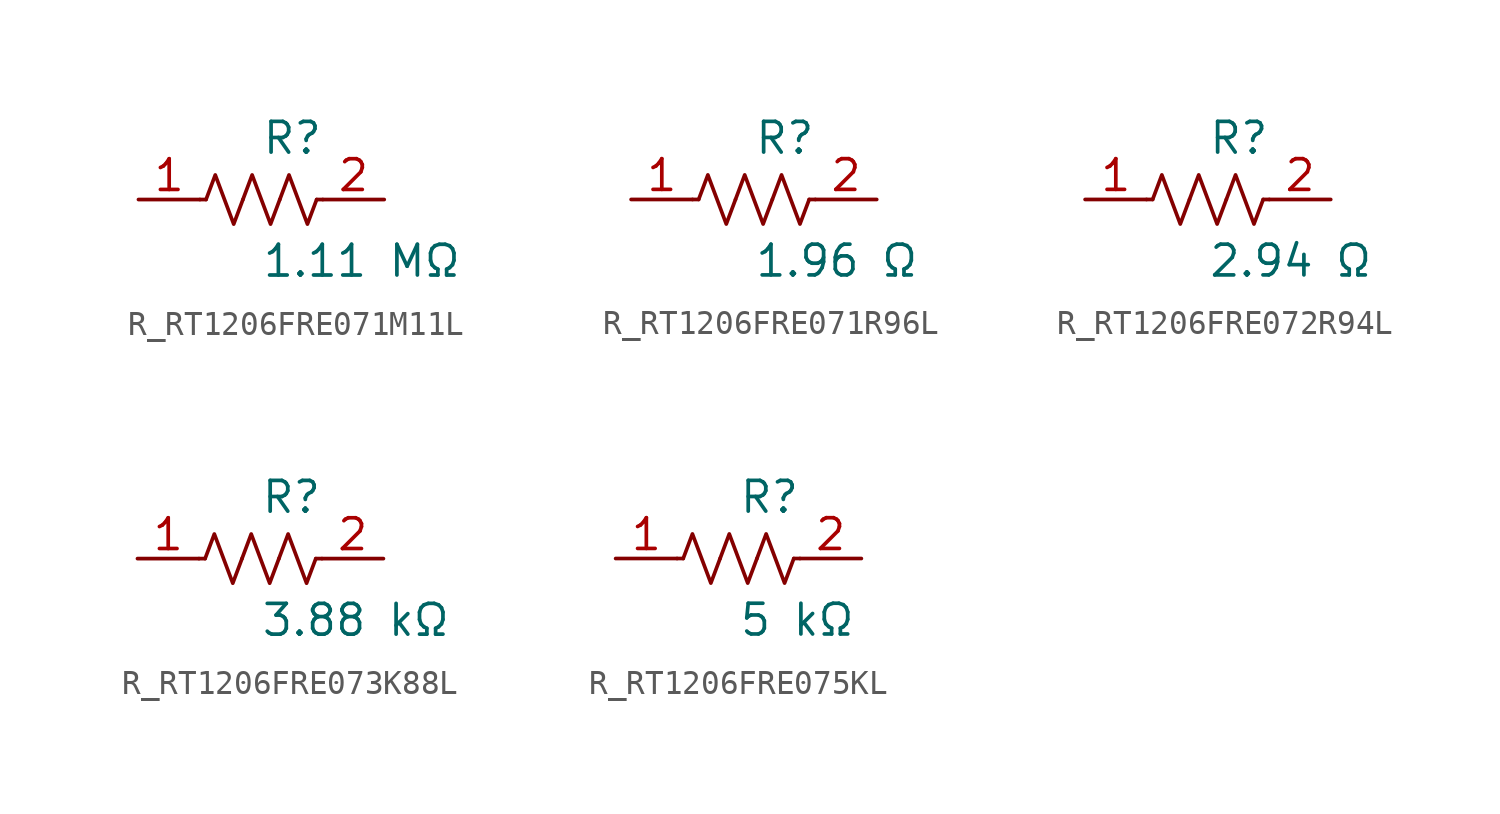
<source format=kicad_sym>
(kicad_symbol_lib
  (version 20231120)
  (generator kicad_symbol_editor)
  (generator_version 8.0)
  (symbol "R_RT1206FRE071M11L"
    (pin_names
      (offset 0.254))
    (property "Reference" "R"
      (at 0 2.54 0)
      (effects (font (size 1.27 1.27)) (justify left)))
    (property "Value" "1.11 MΩ"
      (at 0 -2.54 0)
      (effects (font (size 1.27 1.27)) (justify left)))
    (symbol "R_RT1206FRE071M11L_0_1"
      (polyline (pts (xy 2.286 0) (xy 2.54 0)) (stroke (width 0) (type default)) (fill (type none)))
      (polyline (pts (xy -2.286 0) (xy -2.54 0)) (stroke (width 0) (type default)) (fill (type none)))
      (polyline (pts (xy 0.762 0) (xy 1.143 1.016) (xy 1.524 0) (xy 1.905 -1.016) (xy 2.286 0)) (stroke (width 0) (type default)) (fill (type none)))
      (polyline (pts (xy -0.762 0) (xy -0.381 1.016) (xy 0 0) (xy 0.381 -1.016) (xy 0.762 0)) (stroke (width 0) (type default)) (fill (type none)))
      (polyline (pts (xy -2.286 0) (xy -1.905 1.016) (xy -1.524 0) (xy -1.143 -1.016) (xy -0.762 0)) (stroke (width 0) (type default)) (fill (type none))))
    (pin unspecified line
      (at -5.08 0 0)
      (length 2.54)
      (name "" (effects (font (size 1.27 1.27))))
      (number "1" (effects (font (size 1.27 1.27)))))
    (pin unspecified line
      (at 5.08 0 180)
      (length 2.54)
      (name "" (effects (font (size 1.27 1.27))))
      (number "2" (effects (font (size 1.27 1.27))))))
  (symbol "R_RT1206FRE071R96L"
    (pin_names
      (offset 0.254))
    (property "Reference" "R"
      (at 0 2.54 0)
      (effects (font (size 1.27 1.27)) (justify left)))
    (property "Value" "1.96 Ω"
      (at 0 -2.54 0)
      (effects (font (size 1.27 1.27)) (justify left)))
    (symbol "R_RT1206FRE071R96L_0_1"
      (polyline (pts (xy 2.286 0) (xy 2.54 0)) (stroke (width 0) (type default)) (fill (type none)))
      (polyline (pts (xy -2.286 0) (xy -2.54 0)) (stroke (width 0) (type default)) (fill (type none)))
      (polyline (pts (xy 0.762 0) (xy 1.143 1.016) (xy 1.524 0) (xy 1.905 -1.016) (xy 2.286 0)) (stroke (width 0) (type default)) (fill (type none)))
      (polyline (pts (xy -0.762 0) (xy -0.381 1.016) (xy 0 0) (xy 0.381 -1.016) (xy 0.762 0)) (stroke (width 0) (type default)) (fill (type none)))
      (polyline (pts (xy -2.286 0) (xy -1.905 1.016) (xy -1.524 0) (xy -1.143 -1.016) (xy -0.762 0)) (stroke (width 0) (type default)) (fill (type none))))
    (pin unspecified line
      (at -5.08 0 0)
      (length 2.54)
      (name "" (effects (font (size 1.27 1.27))))
      (number "1" (effects (font (size 1.27 1.27)))))
    (pin unspecified line
      (at 5.08 0 180)
      (length 2.54)
      (name "" (effects (font (size 1.27 1.27))))
      (number "2" (effects (font (size 1.27 1.27))))))
  (symbol "R_RT1206FRE072R94L"
    (pin_names
      (offset 0.254))
    (property "Reference" "R"
      (at 0 2.54 0)
      (effects (font (size 1.27 1.27)) (justify left)))
    (property "Value" "2.94 Ω"
      (at 0 -2.54 0)
      (effects (font (size 1.27 1.27)) (justify left)))
    (symbol "R_RT1206FRE072R94L_0_1"
      (polyline (pts (xy 2.286 0) (xy 2.54 0)) (stroke (width 0) (type default)) (fill (type none)))
      (polyline (pts (xy -2.286 0) (xy -2.54 0)) (stroke (width 0) (type default)) (fill (type none)))
      (polyline (pts (xy 0.762 0) (xy 1.143 1.016) (xy 1.524 0) (xy 1.905 -1.016) (xy 2.286 0)) (stroke (width 0) (type default)) (fill (type none)))
      (polyline (pts (xy -0.762 0) (xy -0.381 1.016) (xy 0 0) (xy 0.381 -1.016) (xy 0.762 0)) (stroke (width 0) (type default)) (fill (type none)))
      (polyline (pts (xy -2.286 0) (xy -1.905 1.016) (xy -1.524 0) (xy -1.143 -1.016) (xy -0.762 0)) (stroke (width 0) (type default)) (fill (type none))))
    (pin unspecified line
      (at -5.08 0 0)
      (length 2.54)
      (name "" (effects (font (size 1.27 1.27))))
      (number "1" (effects (font (size 1.27 1.27)))))
    (pin unspecified line
      (at 5.08 0 180)
      (length 2.54)
      (name "" (effects (font (size 1.27 1.27))))
      (number "2" (effects (font (size 1.27 1.27))))))
  (symbol "R_RT1206FRE073K88L"
    (pin_names
      (offset 0.254))
    (property "Reference" "R"
      (at 0 2.54 0)
      (effects (font (size 1.27 1.27)) (justify left)))
    (property "Value" "3.88 kΩ"
      (at 0 -2.54 0)
      (effects (font (size 1.27 1.27)) (justify left)))
    (symbol "R_RT1206FRE073K88L_0_1"
      (polyline (pts (xy 2.286 0) (xy 2.54 0)) (stroke (width 0) (type default)) (fill (type none)))
      (polyline (pts (xy -2.286 0) (xy -2.54 0)) (stroke (width 0) (type default)) (fill (type none)))
      (polyline (pts (xy 0.762 0) (xy 1.143 1.016) (xy 1.524 0) (xy 1.905 -1.016) (xy 2.286 0)) (stroke (width 0) (type default)) (fill (type none)))
      (polyline (pts (xy -0.762 0) (xy -0.381 1.016) (xy 0 0) (xy 0.381 -1.016) (xy 0.762 0)) (stroke (width 0) (type default)) (fill (type none)))
      (polyline (pts (xy -2.286 0) (xy -1.905 1.016) (xy -1.524 0) (xy -1.143 -1.016) (xy -0.762 0)) (stroke (width 0) (type default)) (fill (type none))))
    (pin unspecified line
      (at -5.08 0 0)
      (length 2.54)
      (name "" (effects (font (size 1.27 1.27))))
      (number "1" (effects (font (size 1.27 1.27)))))
    (pin unspecified line
      (at 5.08 0 180)
      (length 2.54)
      (name "" (effects (font (size 1.27 1.27))))
      (number "2" (effects (font (size 1.27 1.27))))))
  (symbol "R_RT1206FRE075KL"
    (pin_names
      (offset 0.254))
    (property "Reference" "R"
      (at 0 2.54 0)
      (effects (font (size 1.27 1.27)) (justify left)))
    (property "Value" "5 kΩ"
      (at 0 -2.54 0)
      (effects (font (size 1.27 1.27)) (justify left)))
    (symbol "R_RT1206FRE075KL_0_1"
      (polyline (pts (xy 2.286 0) (xy 2.54 0)) (stroke (width 0) (type default)) (fill (type none)))
      (polyline (pts (xy -2.286 0) (xy -2.54 0)) (stroke (width 0) (type default)) (fill (type none)))
      (polyline (pts (xy 0.762 0) (xy 1.143 1.016) (xy 1.524 0) (xy 1.905 -1.016) (xy 2.286 0)) (stroke (width 0) (type default)) (fill (type none)))
      (polyline (pts (xy -0.762 0) (xy -0.381 1.016) (xy 0 0) (xy 0.381 -1.016) (xy 0.762 0)) (stroke (width 0) (type default)) (fill (type none)))
      (polyline (pts (xy -2.286 0) (xy -1.905 1.016) (xy -1.524 0) (xy -1.143 -1.016) (xy -0.762 0)) (stroke (width 0) (type default)) (fill (type none))))
    (pin unspecified line
      (at -5.08 0 0)
      (length 2.54)
      (name "" (effects (font (size 1.27 1.27))))
      (number "1" (effects (font (size 1.27 1.27)))))
    (pin unspecified line
      (at 5.08 0 180)
      (length 2.54)
      (name "" (effects (font (size 1.27 1.27))))
      (number "2" (effects (font (size 1.27 1.27)))))))
</source>
